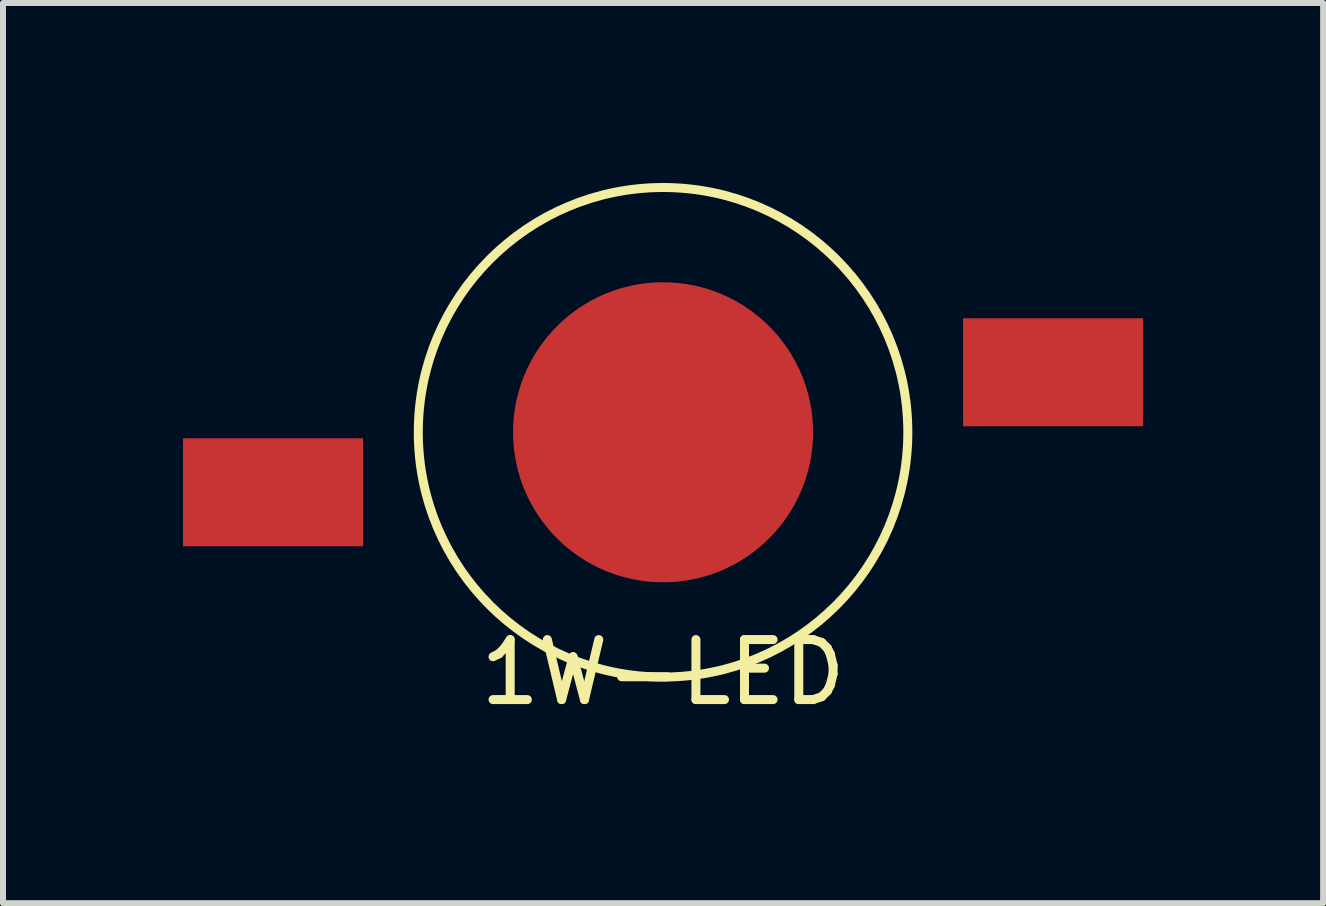
<source format=kicad_pcb>
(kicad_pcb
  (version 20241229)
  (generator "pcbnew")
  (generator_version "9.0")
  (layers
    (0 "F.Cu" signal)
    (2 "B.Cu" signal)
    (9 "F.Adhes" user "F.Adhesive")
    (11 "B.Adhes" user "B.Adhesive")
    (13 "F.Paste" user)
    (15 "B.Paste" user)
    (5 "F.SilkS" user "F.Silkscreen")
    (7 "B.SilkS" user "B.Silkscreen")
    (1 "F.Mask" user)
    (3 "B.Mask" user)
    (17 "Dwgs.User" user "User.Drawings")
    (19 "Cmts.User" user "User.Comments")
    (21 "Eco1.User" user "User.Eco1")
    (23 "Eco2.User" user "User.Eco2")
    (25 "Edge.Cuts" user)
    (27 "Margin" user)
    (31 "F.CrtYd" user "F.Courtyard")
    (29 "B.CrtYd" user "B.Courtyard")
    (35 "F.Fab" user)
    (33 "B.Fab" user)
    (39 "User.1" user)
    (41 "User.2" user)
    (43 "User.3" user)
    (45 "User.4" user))
  (footprint "1W-LED"
    (layer "F.Cu")
    (at 8 4.154)
    (property "Reference" "1W-LED" (at 0 4 0) (layer "F.SilkS") (effects (font (size 1 1) (thickness 0.15))))
    (attr through_hole)
    (fp_circle (center 0 0) (end 4 -0.8) (stroke (width 0.15) (type solid)) (fill no) (layer "F.SilkS"))
    (pad "1" smd rect (at -6.5 1) (size 3 1.8) (layers "F.Cu" "F.Mask" "F.Paste"))
    (pad "2" smd rect (at 6.5 -1) (size 3 1.8) (layers "F.Cu" "F.Mask" "F.Paste"))
    (pad "3" smd circle (at 0 0) (size 5 5) (layers "F.Cu" "F.Mask" "F.Paste")))
  (gr_rect
    (start -3 -3)
    (end 19 12.002)
    (stroke (width 0.1) (type default))
    (fill no)
    (layer "Edge.Cuts")))
</source>
